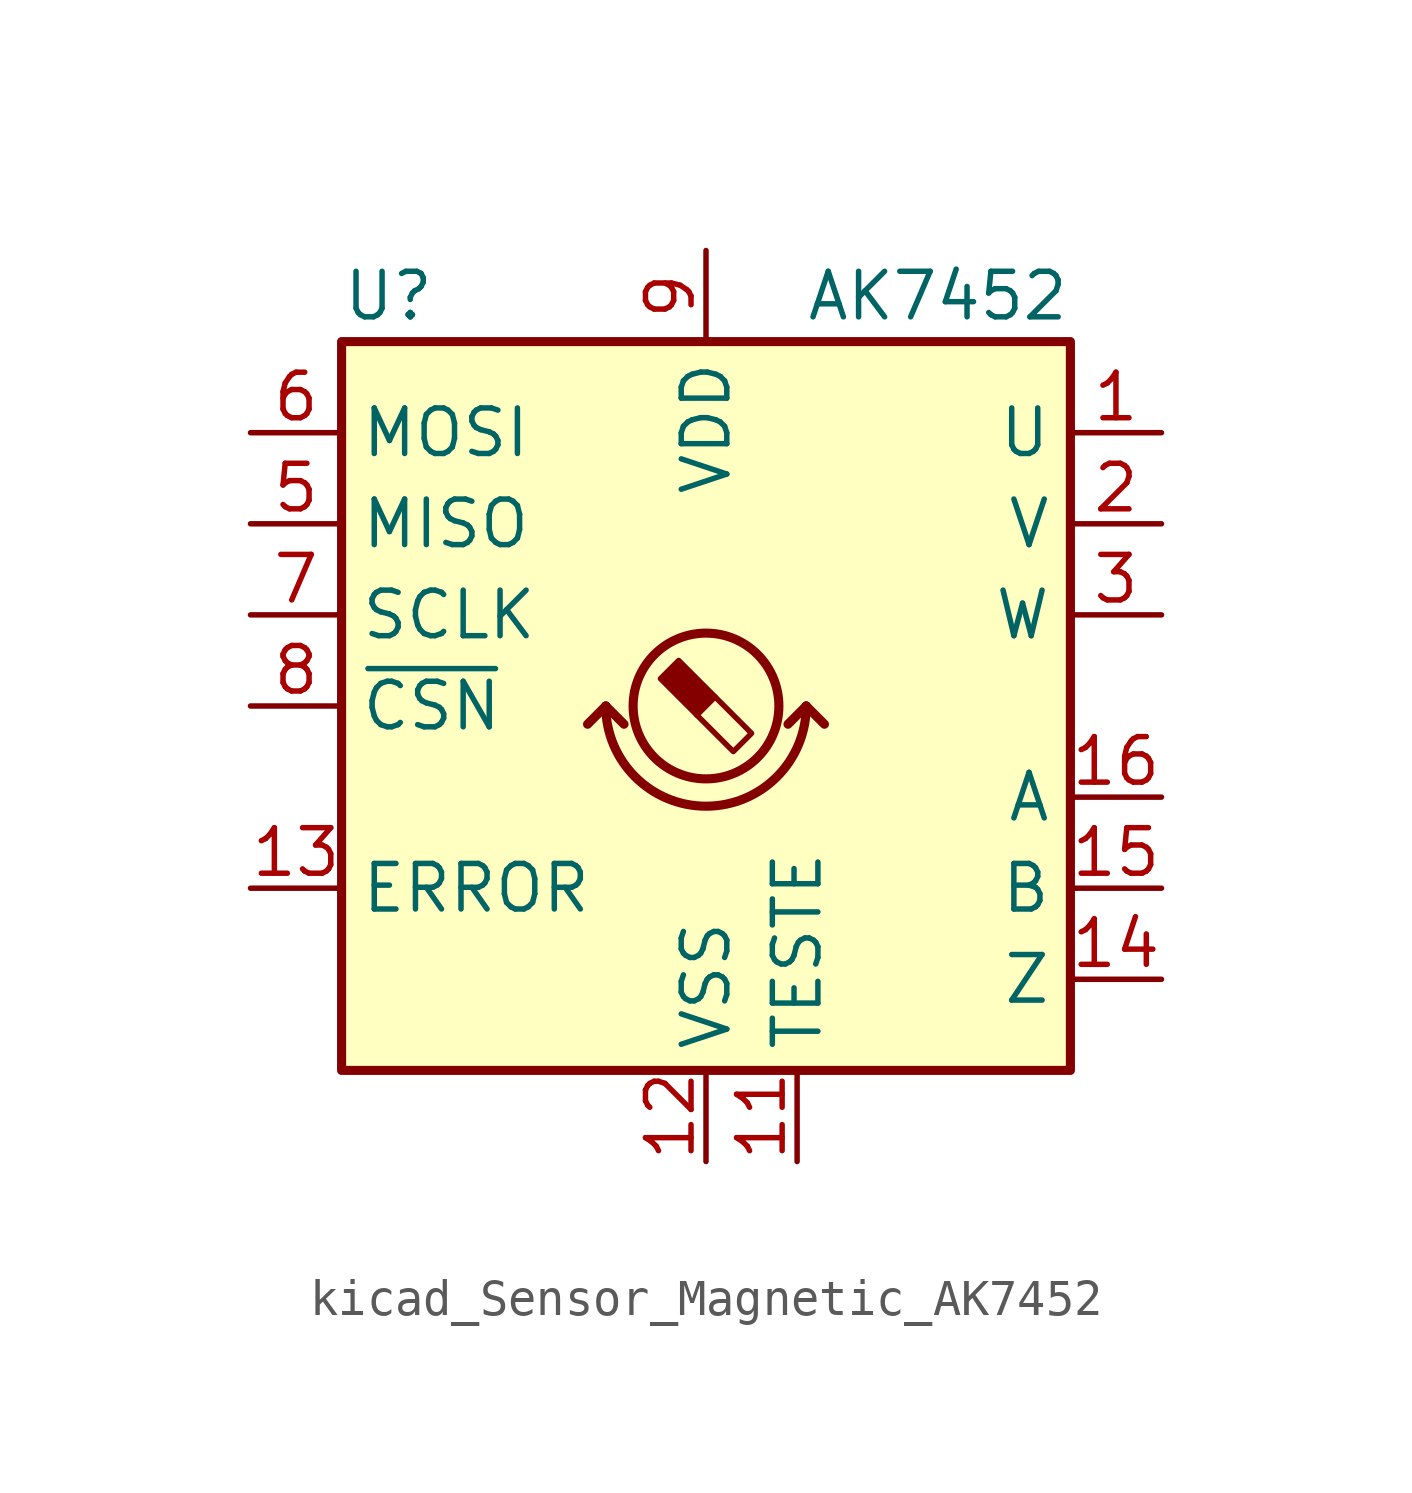
<source format=kicad_sym>
(kicad_symbol_lib
  (version 20220914)
  (generator kicad_symbol_editor)
  (symbol "kicad_Sensor_Magnetic_AK7452"
    (property "Reference" "U"
      (at -10.16 11.43 0)
      (effects (font (size 1.27 1.27)) (justify left)))
    (property "Value" "AK7452"
      (at 10.16 11.43 0)
      (effects (font (size 1.27 1.27)) (justify right)))
    (symbol "kicad_Sensor_Magnetic_AK7452_0_1"
      (rectangle (start -10.16 10.16) (end 10.16 -10.16) (stroke (width 0.254) (type default)) (fill (type background)))
      (arc (start -2.794 0) (mid 0 -2.7819) (end 2.794 0) (stroke (width 0.254) (type default)) (fill (type none)))
      (polyline (pts (xy -2.794 0) (xy -3.302 -0.508)) (stroke (width 0.254) (type default)) (fill (type none)))
      (polyline (pts (xy -2.794 0) (xy -2.286 -0.508)) (stroke (width 0.254) (type default)) (fill (type none)))
      (polyline (pts (xy 2.794 0) (xy 2.286 -0.508)) (stroke (width 0.254) (type default)) (fill (type none)))
      (polyline (pts (xy 2.794 0) (xy 3.302 -0.508)) (stroke (width 0.254) (type default)) (fill (type none))))
    (symbol "kicad_Sensor_Magnetic_AK7452_1_1"
      (polyline (pts (xy 0.254 0.254) (xy 1.27 -0.762) (xy 0.762 -1.27) (xy -0.254 -0.254)) (stroke (width 0) (type default)) (fill (type none)))
      (polyline (pts (xy -0.762 1.27) (xy 0.254 0.254) (xy -0.254 -0.254) (xy -1.27 0.762) (xy -1.016 1.016) (xy -0.762 1.27) (xy -0.635 1.143)) (stroke (width 0) (type default)) (fill (type outline)))
      (circle (center 0 0) (radius 2.032) (stroke (width 0.254) (type default)) (fill (type none)))
      (pin output line (at 12.7 7.62 180) (length 2.54) (name "U" (effects (font (size 1.27 1.27)))) (number "1" (effects (font (size 1.27 1.27)))))
      (pin no_connect line (at 7.62 -10.16 90) (length 2.54) hide (name "NC" (effects (font (size 1.27 1.27)))) (number "10" (effects (font (size 1.27 1.27)))))
      (pin passive line (at 2.54 -12.7 90) (length 2.54) (name "TESTE" (effects (font (size 1.27 1.27)))) (number "11" (effects (font (size 1.27 1.27)))))
      (pin power_in line (at 0 -12.7 90) (length 2.54) (name "VSS" (effects (font (size 1.27 1.27)))) (number "12" (effects (font (size 1.27 1.27)))))
      (pin output line (at -12.7 -5.08 0) (length 2.54) (name "ERROR" (effects (font (size 1.27 1.27)))) (number "13" (effects (font (size 1.27 1.27)))))
      (pin output line (at 12.7 -7.62 180) (length 2.54) (name "Z" (effects (font (size 1.27 1.27)))) (number "14" (effects (font (size 1.27 1.27)))))
      (pin output line (at 12.7 -5.08 180) (length 2.54) (name "B" (effects (font (size 1.27 1.27)))) (number "15" (effects (font (size 1.27 1.27)))))
      (pin output line (at 12.7 -2.54 180) (length 2.54) (name "A" (effects (font (size 1.27 1.27)))) (number "16" (effects (font (size 1.27 1.27)))))
      (pin output line (at 12.7 5.08 180) (length 2.54) (name "V" (effects (font (size 1.27 1.27)))) (number "2" (effects (font (size 1.27 1.27)))))
      (pin output line (at 12.7 2.54 180) (length 2.54) (name "W" (effects (font (size 1.27 1.27)))) (number "3" (effects (font (size 1.27 1.27)))))
      (pin no_connect line (at 5.08 -10.16 90) (length 2.54) hide (name "NC" (effects (font (size 1.27 1.27)))) (number "4" (effects (font (size 1.27 1.27)))))
      (pin output line (at -12.7 5.08 0) (length 2.54) (name "MISO" (effects (font (size 1.27 1.27)))) (number "5" (effects (font (size 1.27 1.27)))))
      (pin input line (at -12.7 7.62 0) (length 2.54) (name "MOSI" (effects (font (size 1.27 1.27)))) (number "6" (effects (font (size 1.27 1.27)))))
      (pin input line (at -12.7 2.54 0) (length 2.54) (name "SCLK" (effects (font (size 1.27 1.27)))) (number "7" (effects (font (size 1.27 1.27)))))
      (pin input line (at -12.7 0 0) (length 2.54) (name "~{CSN}" (effects (font (size 1.27 1.27)))) (number "8" (effects (font (size 1.27 1.27)))))
      (pin power_in line (at 0 12.7 270) (length 2.54) (name "VDD" (effects (font (size 1.27 1.27)))) (number "9" (effects (font (size 1.27 1.27))))))))
</source>
